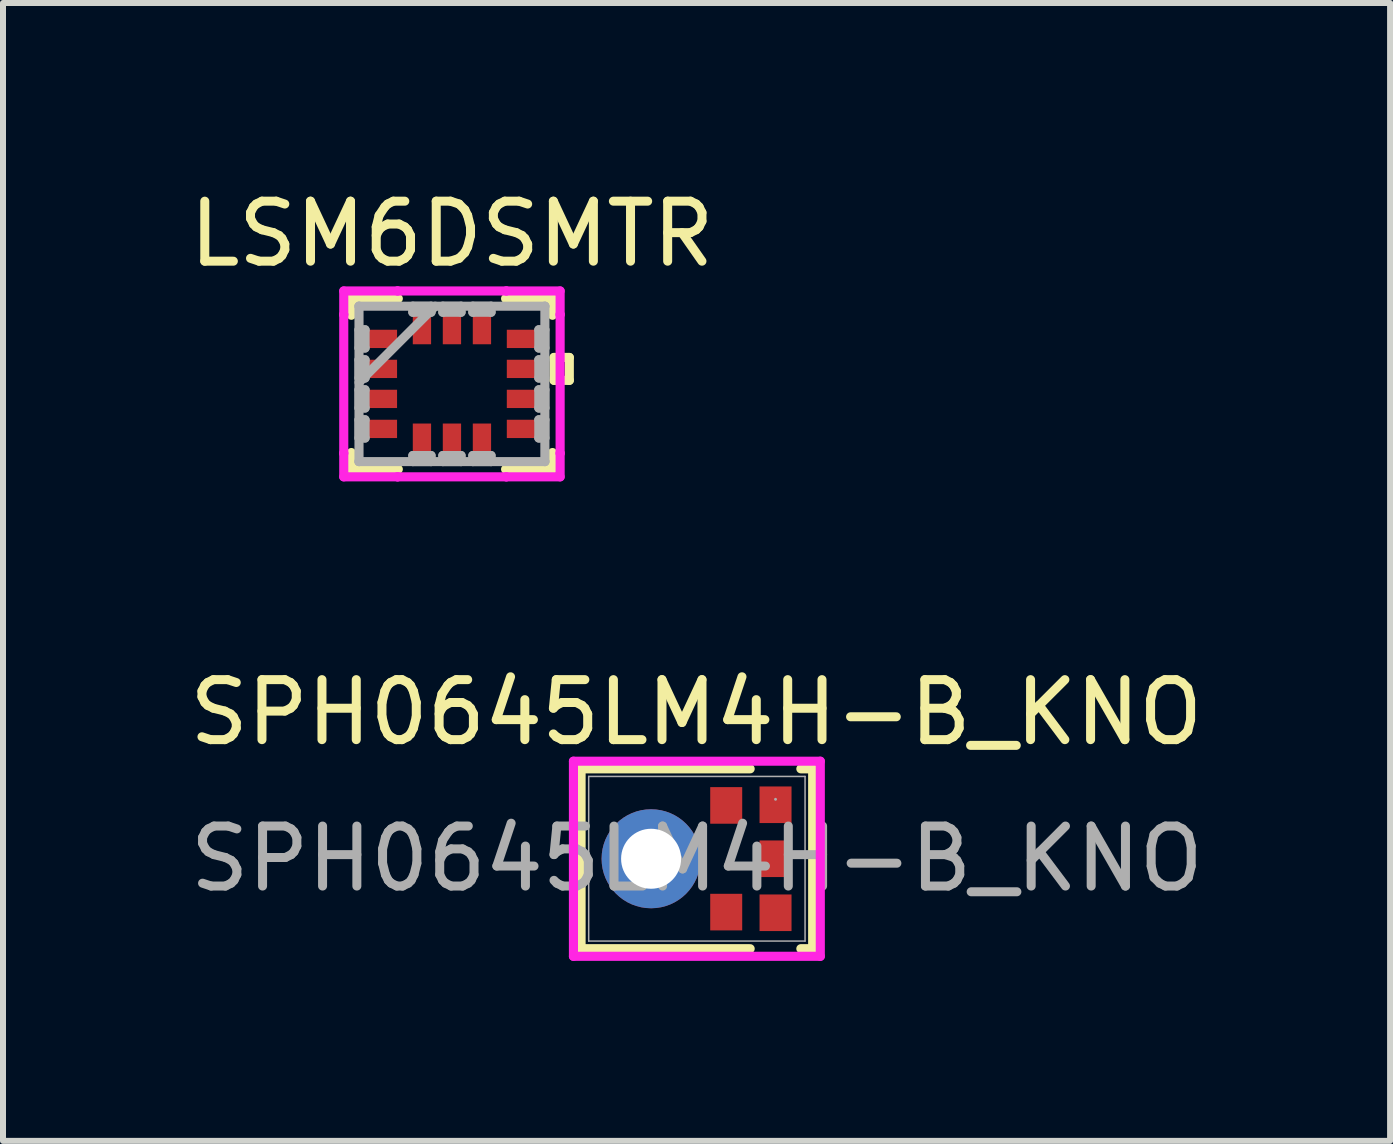
<source format=kicad_pcb>
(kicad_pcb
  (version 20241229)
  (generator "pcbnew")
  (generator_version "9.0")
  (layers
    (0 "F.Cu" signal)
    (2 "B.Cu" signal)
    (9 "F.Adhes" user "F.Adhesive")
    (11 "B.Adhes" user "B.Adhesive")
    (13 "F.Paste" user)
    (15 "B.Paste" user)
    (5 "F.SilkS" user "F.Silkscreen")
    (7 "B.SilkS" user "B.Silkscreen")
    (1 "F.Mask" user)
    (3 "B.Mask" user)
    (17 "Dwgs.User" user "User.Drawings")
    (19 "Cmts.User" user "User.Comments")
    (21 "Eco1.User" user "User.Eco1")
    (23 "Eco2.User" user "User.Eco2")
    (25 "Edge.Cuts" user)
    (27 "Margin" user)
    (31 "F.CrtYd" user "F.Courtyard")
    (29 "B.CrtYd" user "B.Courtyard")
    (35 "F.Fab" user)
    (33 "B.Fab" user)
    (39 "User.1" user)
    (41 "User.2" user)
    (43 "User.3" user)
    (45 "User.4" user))
  (footprint "LSM6DSMTR"
    (layer "F.Cu")
    (at 4.482 3.348)
    (property "Reference" "LSM6DSMTR" (at 0 -2.5 0) (layer "F.SilkS") (effects (font (size 1 1) (thickness 0.15))))
    (attr through_hole)
    (fp_line (start -1.676 -1.422) (end -1.676 -1.144) (stroke (width 0.152) (type solid)) (layer "F.SilkS"))
    (fp_line (start -1.676 1.144) (end -1.676 1.422) (stroke (width 0.152) (type solid)) (layer "F.SilkS"))
    (fp_line (start -1.676 1.422) (end -0.894 1.422) (stroke (width 0.152) (type solid)) (layer "F.SilkS"))
    (fp_line (start -0.894 -1.422) (end -1.676 -1.422) (stroke (width 0.152) (type solid)) (layer "F.SilkS"))
    (fp_line (start 0.894 1.422) (end 1.676 1.422) (stroke (width 0.152) (type solid)) (layer "F.SilkS"))
    (fp_line (start 1.676 -1.422) (end 0.894 -1.422) (stroke (width 0.152) (type solid)) (layer "F.SilkS"))
    (fp_line (start 1.676 -1.144) (end 1.676 -1.422) (stroke (width 0.152) (type solid)) (layer "F.SilkS"))
    (fp_line (start 1.676 1.422) (end 1.676 1.144) (stroke (width 0.152) (type solid)) (layer "F.SilkS"))
    (fp_line (start 1.702 -0.441) (end 1.956 -0.441) (stroke (width 0.152) (type solid)) (layer "F.SilkS"))
    (fp_line (start 1.702 -0.059) (end 1.702 -0.441) (stroke (width 0.152) (type solid)) (layer "F.SilkS"))
    (fp_line (start 1.956 -0.441) (end 1.956 -0.059) (stroke (width 0.152) (type solid)) (layer "F.SilkS"))
    (fp_line (start 1.956 -0.059) (end 1.702 -0.059) (stroke (width 0.152) (type solid)) (layer "F.SilkS"))
    (fp_line (start -1.803 -1.549) (end -0.906 -1.549) (stroke (width 0.152) (type solid)) (layer "F.CrtYd"))
    (fp_line (start -1.803 -1.156) (end -1.803 -1.549) (stroke (width 0.152) (type solid)) (layer "F.CrtYd"))
    (fp_line (start -1.803 -1.156) (end -1.803 -1.156) (stroke (width 0.152) (type solid)) (layer "F.CrtYd"))
    (fp_line (start -1.803 1.156) (end -1.803 -1.156) (stroke (width 0.152) (type solid)) (layer "F.CrtYd"))
    (fp_line (start -1.803 1.156) (end -1.803 1.156) (stroke (width 0.152) (type solid)) (layer "F.CrtYd"))
    (fp_line (start -1.803 1.549) (end -1.803 1.156) (stroke (width 0.152) (type solid)) (layer "F.CrtYd"))
    (fp_line (start -0.906 -1.549) (end -0.906 -1.549) (stroke (width 0.152) (type solid)) (layer "F.CrtYd"))
    (fp_line (start -0.906 -1.549) (end 0.906 -1.549) (stroke (width 0.152) (type solid)) (layer "F.CrtYd"))
    (fp_line (start -0.906 1.549) (end -1.803 1.549) (stroke (width 0.152) (type solid)) (layer "F.CrtYd"))
    (fp_line (start -0.906 1.549) (end -0.906 1.549) (stroke (width 0.152) (type solid)) (layer "F.CrtYd"))
    (fp_line (start 0.906 -1.549) (end 0.906 -1.549) (stroke (width 0.152) (type solid)) (layer "F.CrtYd"))
    (fp_line (start 0.906 -1.549) (end 1.803 -1.549) (stroke (width 0.152) (type solid)) (layer "F.CrtYd"))
    (fp_line (start 0.906 1.549) (end -0.906 1.549) (stroke (width 0.152) (type solid)) (layer "F.CrtYd"))
    (fp_line (start 0.906 1.549) (end 0.906 1.549) (stroke (width 0.152) (type solid)) (layer "F.CrtYd"))
    (fp_line (start 1.803 -1.549) (end 1.803 -1.156) (stroke (width 0.152) (type solid)) (layer "F.CrtYd"))
    (fp_line (start 1.803 -1.156) (end 1.803 -1.156) (stroke (width 0.152) (type solid)) (layer "F.CrtYd"))
    (fp_line (start 1.803 -1.156) (end 1.803 1.156) (stroke (width 0.152) (type solid)) (layer "F.CrtYd"))
    (fp_line (start 1.803 1.156) (end 1.803 1.156) (stroke (width 0.152) (type solid)) (layer "F.CrtYd"))
    (fp_line (start 1.803 1.156) (end 1.803 1.549) (stroke (width 0.152) (type solid)) (layer "F.CrtYd"))
    (fp_line (start 1.803 1.549) (end 0.906 1.549) (stroke (width 0.152) (type solid)) (layer "F.CrtYd"))
    (fp_line (start -1.549 -1.295) (end -1.549 -1.295) (stroke (width 0.152) (type solid)) (layer "F.Fab"))
    (fp_line (start -1.549 -1.295) (end -1.549 1.295) (stroke (width 0.152) (type solid)) (layer "F.Fab"))
    (fp_line (start -1.549 -0.902) (end -1.448 -0.902) (stroke (width 0.152) (type solid)) (layer "F.Fab"))
    (fp_line (start -1.549 -0.598) (end -1.549 -0.902) (stroke (width 0.152) (type solid)) (layer "F.Fab"))
    (fp_line (start -1.549 -0.402) (end -1.448 -0.402) (stroke (width 0.152) (type solid)) (layer "F.Fab"))
    (fp_line (start -1.549 -0.098) (end -1.549 -0.402) (stroke (width 0.152) (type solid)) (layer "F.Fab"))
    (fp_line (start -1.549 -0.025) (end -0.279 -1.295) (stroke (width 0.152) (type solid)) (layer "F.Fab"))
    (fp_line (start -1.549 0.098) (end -1.448 0.098) (stroke (width 0.152) (type solid)) (layer "F.Fab"))
    (fp_line (start -1.549 0.402) (end -1.549 0.098) (stroke (width 0.152) (type solid)) (layer "F.Fab"))
    (fp_line (start -1.549 0.598) (end -1.448 0.598) (stroke (width 0.152) (type solid)) (layer "F.Fab"))
    (fp_line (start -1.549 0.902) (end -1.549 0.598) (stroke (width 0.152) (type solid)) (layer "F.Fab"))
    (fp_line (start -1.549 1.295) (end -1.549 1.295) (stroke (width 0.152) (type solid)) (layer "F.Fab"))
    (fp_line (start -1.549 1.295) (end 1.549 1.295) (stroke (width 0.152) (type solid)) (layer "F.Fab"))
    (fp_line (start -1.448 -0.902) (end -1.448 -0.598) (stroke (width 0.152) (type solid)) (layer "F.Fab"))
    (fp_line (start -1.448 -0.598) (end -1.549 -0.598) (stroke (width 0.152) (type solid)) (layer "F.Fab"))
    (fp_line (start -1.448 -0.402) (end -1.448 -0.098) (stroke (width 0.152) (type solid)) (layer "F.Fab"))
    (fp_line (start -1.448 -0.098) (end -1.549 -0.098) (stroke (width 0.152) (type solid)) (layer "F.Fab"))
    (fp_line (start -1.448 0.098) (end -1.448 0.402) (stroke (width 0.152) (type solid)) (layer "F.Fab"))
    (fp_line (start -1.448 0.402) (end -1.549 0.402) (stroke (width 0.152) (type solid)) (layer "F.Fab"))
    (fp_line (start -1.448 0.598) (end -1.448 0.902) (stroke (width 0.152) (type solid)) (layer "F.Fab"))
    (fp_line (start -1.448 0.902) (end -1.549 0.902) (stroke (width 0.152) (type solid)) (layer "F.Fab"))
    (fp_line (start -0.652 -1.295) (end -0.348 -1.295) (stroke (width 0.152) (type solid)) (layer "F.Fab"))
    (fp_line (start -0.652 -1.194) (end -0.652 -1.295) (stroke (width 0.152) (type solid)) (layer "F.Fab"))
    (fp_line (start -0.652 1.194) (end -0.348 1.194) (stroke (width 0.152) (type solid)) (layer "F.Fab"))
    (fp_line (start -0.652 1.295) (end -0.652 1.194) (stroke (width 0.152) (type solid)) (layer "F.Fab"))
    (fp_line (start -0.348 -1.295) (end -0.348 -1.194) (stroke (width 0.152) (type solid)) (layer "F.Fab"))
    (fp_line (start -0.348 -1.194) (end -0.652 -1.194) (stroke (width 0.152) (type solid)) (layer "F.Fab"))
    (fp_line (start -0.348 1.194) (end -0.348 1.295) (stroke (width 0.152) (type solid)) (layer "F.Fab"))
    (fp_line (start -0.348 1.295) (end -0.652 1.295) (stroke (width 0.152) (type solid)) (layer "F.Fab"))
    (fp_line (start -0.152 -1.295) (end 0.152 -1.295) (stroke (width 0.152) (type solid)) (layer "F.Fab"))
    (fp_line (start -0.152 -1.194) (end -0.152 -1.295) (stroke (width 0.152) (type solid)) (layer "F.Fab"))
    (fp_line (start -0.152 1.194) (end 0.152 1.194) (stroke (width 0.152) (type solid)) (layer "F.Fab"))
    (fp_line (start -0.152 1.295) (end -0.152 1.194) (stroke (width 0.152) (type solid)) (layer "F.Fab"))
    (fp_line (start 0.152 -1.295) (end 0.152 -1.194) (stroke (width 0.152) (type solid)) (layer "F.Fab"))
    (fp_line (start 0.152 -1.194) (end -0.152 -1.194) (stroke (width 0.152) (type solid)) (layer "F.Fab"))
    (fp_line (start 0.152 1.194) (end 0.152 1.295) (stroke (width 0.152) (type solid)) (layer "F.Fab"))
    (fp_line (start 0.152 1.295) (end -0.152 1.295) (stroke (width 0.152) (type solid)) (layer "F.Fab"))
    (fp_line (start 0.348 -1.295) (end 0.652 -1.295) (stroke (width 0.152) (type solid)) (layer "F.Fab"))
    (fp_line (start 0.348 -1.194) (end 0.348 -1.295) (stroke (width 0.152) (type solid)) (layer "F.Fab"))
    (fp_line (start 0.348 1.194) (end 0.652 1.194) (stroke (width 0.152) (type solid)) (layer "F.Fab"))
    (fp_line (start 0.348 1.295) (end 0.348 1.194) (stroke (width 0.152) (type solid)) (layer "F.Fab"))
    (fp_line (start 0.652 -1.295) (end 0.652 -1.194) (stroke (width 0.152) (type solid)) (layer "F.Fab"))
    (fp_line (start 0.652 -1.194) (end 0.348 -1.194) (stroke (width 0.152) (type solid)) (layer "F.Fab"))
    (fp_line (start 0.652 1.194) (end 0.652 1.295) (stroke (width 0.152) (type solid)) (layer "F.Fab"))
    (fp_line (start 0.652 1.295) (end 0.348 1.295) (stroke (width 0.152) (type solid)) (layer "F.Fab"))
    (fp_line (start 1.448 -0.902) (end 1.549 -0.902) (stroke (width 0.152) (type solid)) (layer "F.Fab"))
    (fp_line (start 1.448 -0.598) (end 1.448 -0.902) (stroke (width 0.152) (type solid)) (layer "F.Fab"))
    (fp_line (start 1.448 -0.402) (end 1.549 -0.402) (stroke (width 0.152) (type solid)) (layer "F.Fab"))
    (fp_line (start 1.448 -0.098) (end 1.448 -0.402) (stroke (width 0.152) (type solid)) (layer "F.Fab"))
    (fp_line (start 1.448 0.098) (end 1.549 0.098) (stroke (width 0.152) (type solid)) (layer "F.Fab"))
    (fp_line (start 1.448 0.402) (end 1.448 0.098) (stroke (width 0.152) (type solid)) (layer "F.Fab"))
    (fp_line (start 1.448 0.598) (end 1.549 0.598) (stroke (width 0.152) (type solid)) (layer "F.Fab"))
    (fp_line (start 1.448 0.902) (end 1.448 0.598) (stroke (width 0.152) (type solid)) (layer "F.Fab"))
    (fp_line (start 1.549 -1.295) (end -1.549 -1.295) (stroke (width 0.152) (type solid)) (layer "F.Fab"))
    (fp_line (start 1.549 -1.295) (end 1.549 -1.295) (stroke (width 0.152) (type solid)) (layer "F.Fab"))
    (fp_line (start 1.549 -0.902) (end 1.549 -0.598) (stroke (width 0.152) (type solid)) (layer "F.Fab"))
    (fp_line (start 1.549 -0.598) (end 1.448 -0.598) (stroke (width 0.152) (type solid)) (layer "F.Fab"))
    (fp_line (start 1.549 -0.402) (end 1.549 -0.098) (stroke (width 0.152) (type solid)) (layer "F.Fab"))
    (fp_line (start 1.549 -0.098) (end 1.448 -0.098) (stroke (width 0.152) (type solid)) (layer "F.Fab"))
    (fp_line (start 1.549 0.098) (end 1.549 0.402) (stroke (width 0.152) (type solid)) (layer "F.Fab"))
    (fp_line (start 1.549 0.402) (end 1.448 0.402) (stroke (width 0.152) (type solid)) (layer "F.Fab"))
    (fp_line (start 1.549 0.598) (end 1.549 0.902) (stroke (width 0.152) (type solid)) (layer "F.Fab"))
    (fp_line (start 1.549 0.902) (end 1.448 0.902) (stroke (width 0.152) (type solid)) (layer "F.Fab"))
    (fp_line (start 1.549 1.295) (end 1.549 -1.295) (stroke (width 0.152) (type solid)) (layer "F.Fab"))
    (fp_line (start 1.549 1.295) (end 1.549 1.295) (stroke (width 0.152) (type solid)) (layer "F.Fab"))
    (pad "1" smd rect (at -1.181 -0.75 90) (size 0.305 0.533) (layers "F.Cu" "F.Mask" "F.Paste"))
    (pad "2" smd rect (at -1.181 -0.25 90) (size 0.305 0.533) (layers "F.Cu" "F.Mask" "F.Paste"))
    (pad "3" smd rect (at -1.181 0.25 90) (size 0.305 0.533) (layers "F.Cu" "F.Mask" "F.Paste"))
    (pad "4" smd rect (at -1.181 0.75 90) (size 0.305 0.533) (layers "F.Cu" "F.Mask" "F.Paste"))
    (pad "5" smd rect (at -0.5 0.927) (size 0.305 0.533) (layers "F.Cu" "F.Mask" "F.Paste"))
    (pad "6" smd rect (at 0 0.927) (size 0.305 0.533) (layers "F.Cu" "F.Mask" "F.Paste"))
    (pad "7" smd rect (at 0.5 0.927) (size 0.305 0.533) (layers "F.Cu" "F.Mask" "F.Paste"))
    (pad "8" smd rect (at 1.181 0.75 90) (size 0.305 0.533) (layers "F.Cu" "F.Mask" "F.Paste"))
    (pad "9" smd rect (at 1.181 0.25 90) (size 0.305 0.533) (layers "F.Cu" "F.Mask" "F.Paste"))
    (pad "10" smd rect (at 1.181 -0.25 90) (size 0.305 0.533) (layers "F.Cu" "F.Mask" "F.Paste"))
    (pad "11" smd rect (at 1.181 -0.75 90) (size 0.305 0.533) (layers "F.Cu" "F.Mask" "F.Paste"))
    (pad "12" smd rect (at 0.5 -0.927) (size 0.305 0.533) (layers "F.Cu" "F.Mask" "F.Paste"))
    (pad "13" smd rect (at 0 -0.927) (size 0.305 0.533) (layers "F.Cu" "F.Mask" "F.Paste"))
    (pad "14" smd rect (at -0.5 -0.927) (size 0.305 0.533) (layers "F.Cu" "F.Mask" "F.Paste")))
  (footprint "SPH0645LM4H-B_KNO"
    (layer "F.Cu")
    (at 8.564 11.262)
    (property "Reference" "SPH0645LM4H-B_KNO" (at -0.01 -2.44 0) (unlocked yes) (layer "F.SilkS") (effects (font (size 1 1) (thickness 0.15))))
    (attr smd)
    (fp_line (start -1.93 -1.499) (end -1.93 1.499) (stroke (width 0.152) (type solid)) (layer "F.SilkS"))
    (fp_line (start -1.93 1.499) (end 0.888 1.499) (stroke (width 0.152) (type solid)) (layer "F.SilkS"))
    (fp_line (start 0.888 -1.499) (end -1.93 -1.499) (stroke (width 0.152) (type solid)) (layer "F.SilkS"))
    (fp_line (start 1.733 1.499) (end 1.93 1.499) (stroke (width 0.152) (type solid)) (layer "F.SilkS"))
    (fp_line (start 1.93 -1.499) (end 1.733 -1.499) (stroke (width 0.152) (type solid)) (layer "F.SilkS"))
    (fp_line (start 1.93 1.499) (end 1.93 -1.499) (stroke (width 0.152) (type solid)) (layer "F.SilkS"))
    (fp_line (start -2.057 -1.626) (end 2.057 -1.626) (stroke (width 0.152) (type solid)) (layer "F.CrtYd"))
    (fp_line (start -2.057 1.626) (end -2.057 -1.626) (stroke (width 0.152) (type solid)) (layer "F.CrtYd"))
    (fp_line (start 2.057 -1.626) (end 2.057 1.626) (stroke (width 0.152) (type solid)) (layer "F.CrtYd"))
    (fp_line (start 2.057 1.626) (end -2.057 1.626) (stroke (width 0.152) (type solid)) (layer "F.CrtYd"))
    (fp_line (start -1.803 -1.372) (end -1.803 1.372) (stroke (width 0.025) (type solid)) (layer "F.Fab"))
    (fp_line (start -1.803 1.372) (end 1.803 1.372) (stroke (width 0.025) (type solid)) (layer "F.Fab"))
    (fp_line (start 1.803 -1.372) (end -1.803 -1.372) (stroke (width 0.025) (type solid)) (layer "F.Fab"))
    (fp_line (start 1.803 1.372) (end 1.803 -1.372) (stroke (width 0.025) (type solid)) (layer "F.Fab"))
    (fp_circle (center 1.311 -0.991) (end 1.311 -0.991) (stroke (width 0.025) (type solid)) (fill no) (layer "F.Fab"))
    (fp_text user "${REFERENCE}" (at 0 0 0) (unlocked yes) (layer "F.Fab") (effects (font (size 1 1) (thickness 0.15))))
    (pad "" np_thru_hole circle (at -0.763 0) (size 0.381 0.381) (drill 0.381) (layers))
    (pad "1" smd rect (at 1.311 -0.9) (size 0.533 0.61) (layers "F.Cu" "F.Mask" "F.Paste"))
    (pad "2" smd rect (at 0.489 -0.889) (size 0.533 0.61) (layers "F.Cu" "F.Mask" "F.Paste"))
    (pad "3" thru_hole circle (at -0.763 0) (size 1.65 1.65) (drill 1) (layers "*.Cu" "*.Mask"))
    (pad "4" smd rect (at 0.489 0.889) (size 0.533 0.61) (layers "F.Cu" "F.Mask" "F.Paste"))
    (pad "5" smd rect (at 1.311 0.9) (size 0.533 0.61) (layers "F.Cu" "F.Mask" "F.Paste"))
    (pad "6" smd rect (at 1.311 0) (size 0.533 0.61) (layers "F.Cu" "F.Mask" "F.Paste")))
  (gr_rect
    (start -3 -3)
    (end 20.117 15.964)
    (stroke (width 0.1) (type default))
    (fill no)
    (layer "Edge.Cuts")))
</source>
